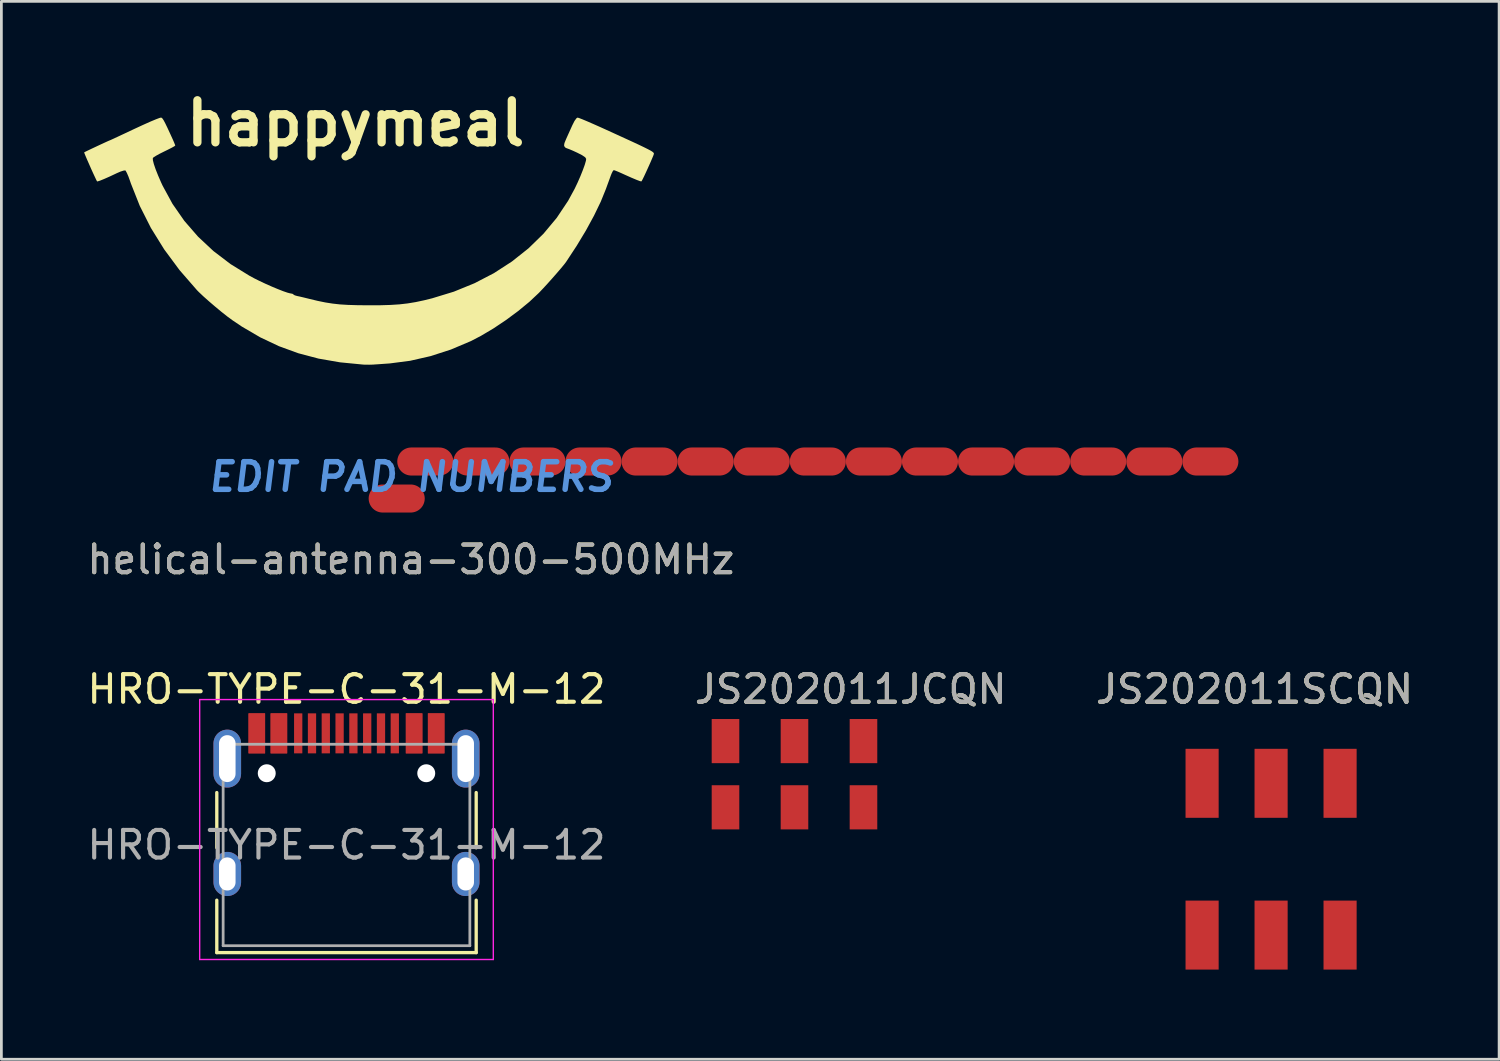
<source format=kicad_pcb>
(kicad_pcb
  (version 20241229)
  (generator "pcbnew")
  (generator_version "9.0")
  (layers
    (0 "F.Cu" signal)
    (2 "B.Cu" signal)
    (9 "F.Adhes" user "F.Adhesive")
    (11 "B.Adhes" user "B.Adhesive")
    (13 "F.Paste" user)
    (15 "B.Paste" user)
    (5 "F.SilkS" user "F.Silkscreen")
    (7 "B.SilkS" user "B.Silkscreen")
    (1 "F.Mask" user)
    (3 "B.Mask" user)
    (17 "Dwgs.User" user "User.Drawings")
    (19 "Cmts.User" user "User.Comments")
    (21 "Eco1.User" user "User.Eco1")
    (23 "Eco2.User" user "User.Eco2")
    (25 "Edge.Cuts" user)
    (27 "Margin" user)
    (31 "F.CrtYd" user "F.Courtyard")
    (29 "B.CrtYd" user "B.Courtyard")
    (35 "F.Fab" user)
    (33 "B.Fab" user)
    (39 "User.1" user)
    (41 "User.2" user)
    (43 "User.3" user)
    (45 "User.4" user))
  (footprint "JS202011JCQN"
    (layer "F.Cu")
    (at 25.24 27.005)
    (property "Reference" "JS202011JCQN" (at 2.54 -5.08 0) (layer "F.SilkS") (effects (font (size 1 1) (thickness 0.15))))
    (attr smd)
    (fp_text user "${REFERENCE}" (at 2.54 -5.08 0) (layer "F.Fab") (effects (font (size 1 1) (thickness 0.15))))
    (pad "1" smd rect (at -2 -0.8) (size 1 1.6) (layers "F.Cu" "F.Mask" "F.Paste"))
    (pad "2" smd rect (at 0.5 -0.8) (size 1 1.6) (layers "F.Cu" "F.Mask" "F.Paste"))
    (pad "3" smd rect (at 3 -0.8) (size 1 1.6) (layers "F.Cu" "F.Mask" "F.Paste"))
    (pad "4" smd rect (at -2 -3.2) (size 1 1.6) (layers "F.Cu" "F.Mask" "F.Paste"))
    (pad "5" smd rect (at 0.5 -3.2) (size 1 1.6) (layers "F.Cu" "F.Mask" "F.Paste"))
    (pad "6" smd rect (at 3 -3.2) (size 1 1.6) (layers "F.Cu" "F.Mask" "F.Paste")))
  (footprint "JS202011SCQN"
    (layer "F.Cu")
    (at 42.411 32.085)
    (property "Reference" "JS202011SCQN" (at 0 -10.16 0) (layer "F.SilkS") (effects (font (size 1 1) (thickness 0.15))))
    (attr smd)
    (fp_text user "${REFERENCE}" (at 0 -10.16 0) (layer "F.Fab") (effects (font (size 1 1) (thickness 0.15))))
    (pad "1" smd rect (at -1.9 -1.25) (size 1.2 2.5) (layers "F.Cu" "F.Mask" "F.Paste"))
    (pad "2" smd rect (at 0.6 -1.25) (size 1.2 2.5) (layers "F.Cu" "F.Mask" "F.Paste"))
    (pad "3" smd rect (at 3.1 -1.25) (size 1.2 2.5) (layers "F.Cu" "F.Mask" "F.Paste"))
    (pad "4" smd rect (at -1.9 -6.75) (size 1.2 2.5) (layers "F.Cu" "F.Mask" "F.Paste"))
    (pad "5" smd rect (at 0.6 -6.75) (size 1.2 2.5) (layers "F.Cu" "F.Mask" "F.Paste"))
    (pad "6" smd rect (at 3.1 -6.75) (size 1.2 2.5) (layers "F.Cu" "F.Mask" "F.Paste")))
  (footprint "helical-antenna-300-500MHz"
    (layer "F.Cu")
    (at 11.839 16.228)
    (property "Reference" "helical-antenna-300-500MHz" (at 0 1 0) (layer "F.SilkS") (effects (font (size 1 1) (thickness 0.15))))
    (attr smd)
    (fp_text user "EDIT PAD NUMBERS" (at 0 -2 0) (layer "Cmts.User") (effects (font (size 1 1) (thickness 0.2) (italic yes))))
    (fp_text user "${REFERENCE}" (at 0 1 0) (layer "F.Fab") (effects (font (size 1 1) (thickness 0.15))))
    (pad "#" smd oval (at -0.514 -1.213) (size 2.032 1.016) (layers "F.Cu" "F.Mask" "F.Paste"))
    (pad "#" smd oval (at 0.523 -2.554) (size 2.032 1.016) (layers "F.Cu" "F.Mask" "F.Paste"))
    (pad "#" smd oval (at 2.555 -2.554) (size 2.032 1.016) (layers "F.Cu" "F.Mask" "F.Paste"))
    (pad "#" smd oval (at 4.587 -2.554) (size 2.032 1.016) (layers "F.Cu" "F.Mask" "F.Paste"))
    (pad "#" smd oval (at 6.619 -2.554) (size 2.032 1.016) (layers "F.Cu" "F.Mask" "F.Paste"))
    (pad "#" smd oval (at 8.651 -2.554) (size 2.032 1.016) (layers "F.Cu" "F.Mask" "F.Paste"))
    (pad "#" smd oval (at 10.683 -2.554) (size 2.032 1.016) (layers "F.Cu" "F.Mask" "F.Paste"))
    (pad "#" smd oval (at 12.715 -2.554) (size 2.032 1.016) (layers "F.Cu" "F.Mask" "F.Paste"))
    (pad "#" smd oval (at 14.747 -2.554) (size 2.032 1.016) (layers "F.Cu" "F.Mask" "F.Paste"))
    (pad "#" smd oval (at 16.779 -2.554) (size 2.032 1.016) (layers "F.Cu" "F.Mask" "F.Paste"))
    (pad "#" smd oval (at 18.811 -2.554) (size 2.032 1.016) (layers "F.Cu" "F.Mask" "F.Paste"))
    (pad "#" smd oval (at 20.843 -2.554) (size 2.032 1.016) (layers "F.Cu" "F.Mask" "F.Paste"))
    (pad "#" smd oval (at 22.875 -2.554) (size 2.032 1.016) (layers "F.Cu" "F.Mask" "F.Paste"))
    (pad "#" smd oval (at 24.907 -2.554) (size 2.032 1.016) (layers "F.Cu" "F.Mask" "F.Paste"))
    (pad "#" smd oval (at 26.939 -2.554) (size 2.032 1.016) (layers "F.Cu" "F.Mask" "F.Paste"))
    (pad "#" smd oval (at 28.971 -2.554) (size 2.032 1.016) (layers "F.Cu" "F.Mask" "F.Paste")))
  (footprint "happymeal"
    (layer "F.Cu")
    (at 9.836 1.418)
    (property "Reference" "happymeal" (at 0 0 0) (layer "F.SilkS") (effects (font (size 1.524 1.524) (thickness 0.3))))
    (attr board_only exclude_from_pos_files exclude_from_bom)
    (fp_poly (pts (xy 8.1 -0.19) (xy 8.219 -0.144) (xy 8.389 -0.073) (xy 8.6 0.019) (xy 8.839 0.125) (xy 8.968 0.183) (xy 9.389 0.375) (xy 9.741 0.536) (xy 10.031 0.669) (xy 10.263 0.777) (xy 10.444 0.864) (xy 10.581 0.932) (xy 10.68 0.984) (xy 10.745 1.023) (xy 10.785 1.054) (xy 10.804 1.078) (xy 10.81 1.098) (xy 10.81 1.107) (xy 10.791 1.164) (xy 10.744 1.277) (xy 10.679 1.428) (xy 10.603 1.598) (xy 10.525 1.769) (xy 10.454 1.922) (xy 10.396 2.039) (xy 10.361 2.102) (xy 10.359 2.105) (xy 10.312 2.098) (xy 10.191 2.053) (xy 9.998 1.972) (xy 9.731 1.853) (xy 9.648 1.815) (xy 9.513 1.755) (xy 9.408 1.713) (xy 9.354 1.696) (xy 9.354 1.696) (xy 9.321 1.732) (xy 9.276 1.822) (xy 9.248 1.893) (xy 9.196 2.036) (xy 9.13 2.216) (xy 9.071 2.379) (xy 8.884 2.84) (xy 8.64 3.345) (xy 8.347 3.883) (xy 8.009 4.443) (xy 7.633 5.015) (xy 7.628 5.023) (xy 7.558 5.115) (xy 7.444 5.253) (xy 7.299 5.422) (xy 7.136 5.608) (xy 6.968 5.796) (xy 6.807 5.971) (xy 6.667 6.119) (xy 6.64 6.147) (xy 6.295 6.471) (xy 5.891 6.803) (xy 5.451 7.129) (xy 4.995 7.434) (xy 4.543 7.702) (xy 4.176 7.893) (xy 3.455 8.198) (xy 2.716 8.437) (xy 1.974 8.606) (xy 1.243 8.701) (xy 1.179 8.706) (xy 0.989 8.719) (xy 0.809 8.732) (xy 0.671 8.741) (xy 0.641 8.744) (xy 0.494 8.748) (xy 0.324 8.746) (xy 0.269 8.743) (xy -0.563 8.662) (xy -1.341 8.527) (xy -2.075 8.333) (xy -2.775 8.078) (xy -3.454 7.757) (xy -4.121 7.367) (xy -4.47 7.132) (xy -4.647 7.002) (xy -4.857 6.836) (xy -5.084 6.648) (xy -5.309 6.455) (xy -5.514 6.273) (xy -5.68 6.116) (xy -5.748 6.047) (xy -6.379 5.321) (xy -6.936 4.569) (xy -7.417 3.793) (xy -7.82 2.995) (xy -8.144 2.178) (xy -8.172 2.095) (xy -8.231 1.932) (xy -8.287 1.802) (xy -8.331 1.722) (xy -8.347 1.707) (xy -8.408 1.714) (xy -8.52 1.75) (xy -8.657 1.809) (xy -8.662 1.812) (xy -8.905 1.926) (xy -9.106 2.015) (xy -9.256 2.076) (xy -9.346 2.105) (xy -9.368 2.105) (xy -9.393 2.061) (xy -9.441 1.959) (xy -9.507 1.818) (xy -9.582 1.653) (xy -9.658 1.48) (xy -9.73 1.317) (xy -9.788 1.181) (xy -9.826 1.087) (xy -9.836 1.053) (xy -9.796 1.032) (xy -9.7 0.985) (xy -9.564 0.92) (xy -9.406 0.846) (xy -9.246 0.771) (xy -9.099 0.703) (xy -8.985 0.651) (xy -8.921 0.623) (xy -8.913 0.621) (xy -8.874 0.604) (xy -8.773 0.558) (xy -8.627 0.49) (xy -8.448 0.406) (xy -8.411 0.389) (xy -8.025 0.207) (xy -7.698 0.056) (xy -7.434 -0.062) (xy -7.235 -0.145) (xy -7.105 -0.194) (xy -7.052 -0.207) (xy -7.025 -0.198) (xy -6.993 -0.166) (xy -6.952 -0.102) (xy -6.896 0.004) (xy -6.82 0.161) (xy -6.72 0.377) (xy -6.624 0.587) (xy -6.574 0.702) (xy -6.542 0.784) (xy -6.536 0.807) (xy -6.571 0.834) (xy -6.666 0.887) (xy -6.805 0.958) (xy -6.932 1.02) (xy -7.097 1.102) (xy -7.233 1.177) (xy -7.322 1.234) (xy -7.348 1.26) (xy -7.346 1.338) (xy -7.311 1.477) (xy -7.247 1.665) (xy -7.158 1.89) (xy -7.049 2.141) (xy -6.991 2.265) (xy -6.634 2.921) (xy -6.206 3.536) (xy -5.711 4.106) (xy -5.152 4.629) (xy -4.531 5.102) (xy -3.85 5.522) (xy -3.681 5.614) (xy -3.483 5.713) (xy -3.263 5.816) (xy -3.036 5.917) (xy -2.818 6.008) (xy -2.624 6.084) (xy -2.47 6.137) (xy -2.371 6.163) (xy -2.356 6.164) (xy -2.28 6.181) (xy -2.258 6.2) (xy -2.204 6.234) (xy -2.121 6.258) (xy -2.026 6.278) (xy -1.881 6.312) (xy -1.711 6.354) (xy -1.675 6.363) (xy -1.37 6.436) (xy -1.097 6.492) (xy -0.835 6.533) (xy -0.567 6.563) (xy -0.273 6.581) (xy 0.065 6.591) (xy 0.467 6.595) (xy 0.476 6.595) (xy 0.904 6.593) (xy 1.269 6.582) (xy 1.59 6.561) (xy 1.886 6.527) (xy 2.177 6.479) (xy 2.482 6.414) (xy 2.772 6.342) (xy 3.561 6.101) (xy 4.31 5.795) (xy 5.013 5.43) (xy 5.666 5.007) (xy 6.265 4.531) (xy 6.807 4.003) (xy 7.287 3.428) (xy 7.701 2.808) (xy 7.938 2.373) (xy 8.046 2.146) (xy 8.147 1.915) (xy 8.234 1.697) (xy 8.303 1.507) (xy 8.345 1.362) (xy 8.356 1.29) (xy 8.319 1.231) (xy 8.205 1.154) (xy 8.03 1.065) (xy 7.878 0.995) (xy 7.753 0.942) (xy 7.676 0.913) (xy 7.662 0.91) (xy 7.604 0.882) (xy 7.574 0.852) (xy 7.554 0.799) (xy 7.569 0.715) (xy 7.624 0.58) (xy 7.627 0.573) (xy 7.698 0.415) (xy 7.783 0.227) (xy 7.853 0.072) (xy 7.933 -0.086) (xy 8.002 -0.181) (xy 8.044 -0.207)) (stroke (width 0) (type solid)) (fill yes) (layer "F.SilkS")))
  (footprint "HRO-TYPE-C-31-M-12"
    (layer "F.Cu")
    (at 9.506 27.57)
    (property "Reference" "HRO-TYPE-C-31-M-12" (at 0 -5.645 0) (layer "F.SilkS") (effects (font (size 1 1) (thickness 0.15))))
    (attr smd)
    (fp_line (start -4.7 -1.9) (end -4.7 0.1) (stroke (width 0.12) (type solid)) (layer "F.SilkS"))
    (fp_line (start -4.7 2) (end -4.7 3.9) (stroke (width 0.12) (type solid)) (layer "F.SilkS"))
    (fp_line (start -4.7 3.9) (end 4.7 3.9) (stroke (width 0.12) (type solid)) (layer "F.SilkS"))
    (fp_line (start 4.7 -1.9) (end 4.7 0.1) (stroke (width 0.12) (type solid)) (layer "F.SilkS"))
    (fp_line (start 4.7 2) (end 4.7 3.9) (stroke (width 0.12) (type solid)) (layer "F.SilkS"))
    (fp_line (start -5.32 -5.27) (end -5.32 4.15) (stroke (width 0.05) (type solid)) (layer "F.CrtYd"))
    (fp_line (start -5.32 -5.27) (end 5.32 -5.27) (stroke (width 0.05) (type solid)) (layer "F.CrtYd"))
    (fp_line (start -5.32 4.15) (end 5.32 4.15) (stroke (width 0.05) (type solid)) (layer "F.CrtYd"))
    (fp_line (start 5.32 -5.27) (end 5.32 4.15) (stroke (width 0.05) (type solid)) (layer "F.CrtYd"))
    (fp_line (start -4.47 -3.65) (end -4.47 3.65) (stroke (width 0.1) (type solid)) (layer "F.Fab"))
    (fp_line (start -4.47 -3.65) (end 4.47 -3.65) (stroke (width 0.1) (type solid)) (layer "F.Fab"))
    (fp_line (start -4.47 3.65) (end 4.47 3.65) (stroke (width 0.1) (type solid)) (layer "F.Fab"))
    (fp_line (start 4.47 -3.65) (end 4.47 3.65) (stroke (width 0.1) (type solid)) (layer "F.Fab"))
    (fp_text user "${REFERENCE}" (at 0 0 0) (layer "F.Fab") (effects (font (size 1 1) (thickness 0.15))))
    (pad "" np_thru_hole circle (at -2.89 -2.6) (size 0.65 0.65) (drill 0.65) (layers "*.Cu" "*.Mask"))
    (pad "" np_thru_hole circle (at 2.89 -2.6) (size 0.65 0.65) (drill 0.65) (layers "*.Cu" "*.Mask"))
    (pad "A1" smd rect (at -3.25 -4.045) (size 0.6 1.45) (layers "F.Cu" "F.Mask" "F.Paste"))
    (pad "A4" smd rect (at -2.45 -4.045) (size 0.6 1.45) (layers "F.Cu" "F.Mask" "F.Paste"))
    (pad "A5" smd rect (at -1.25 -4.045) (size 0.3 1.45) (layers "F.Cu" "F.Mask" "F.Paste"))
    (pad "A6" smd rect (at -0.25 -4.045) (size 0.3 1.45) (layers "F.Cu" "F.Mask" "F.Paste"))
    (pad "A7" smd rect (at 0.25 -4.045) (size 0.3 1.45) (layers "F.Cu" "F.Mask" "F.Paste"))
    (pad "A8" smd rect (at 1.25 -4.045) (size 0.3 1.45) (layers "F.Cu" "F.Mask" "F.Paste"))
    (pad "A9" smd rect (at 2.45 -4.045) (size 0.6 1.45) (layers "F.Cu" "F.Mask" "F.Paste"))
    (pad "A12" smd rect (at 3.25 -4.045) (size 0.6 1.45) (layers "F.Cu" "F.Mask" "F.Paste"))
    (pad "B1" smd rect (at 3.25 -4.045) (size 0.6 1.45) (layers "F.Cu" "F.Mask" "F.Paste"))
    (pad "B4" smd rect (at 2.45 -4.045) (size 0.6 1.45) (layers "F.Cu" "F.Mask" "F.Paste"))
    (pad "B5" smd rect (at 1.75 -4.045) (size 0.3 1.45) (layers "F.Cu" "F.Mask" "F.Paste"))
    (pad "B6" smd rect (at 0.75 -4.045) (size 0.3 1.45) (layers "F.Cu" "F.Mask" "F.Paste"))
    (pad "B7" smd rect (at -0.75 -4.045) (size 0.3 1.45) (layers "F.Cu" "F.Mask" "F.Paste"))
    (pad "B8" smd rect (at -1.75 -4.045) (size 0.3 1.45) (layers "F.Cu" "F.Mask" "F.Paste"))
    (pad "B9" smd rect (at -2.45 -4.045) (size 0.6 1.45) (layers "F.Cu" "F.Mask" "F.Paste"))
    (pad "B12" smd rect (at -3.25 -4.045) (size 0.6 1.45) (layers "F.Cu" "F.Mask" "F.Paste"))
    (pad "S1" thru_hole oval (at -4.32 -3.13) (size 1 2.1) (drill oval 0.6 1.7) (layers "*.Cu" "*.Mask"))
    (pad "S1" thru_hole oval (at -4.32 1.05) (size 1 1.6) (drill oval 0.6 1.2) (layers "*.Cu" "*.Mask"))
    (pad "S1" thru_hole oval (at 4.32 -3.13) (size 1 2.1) (drill oval 0.6 1.7) (layers "*.Cu" "*.Mask"))
    (pad "S1" thru_hole oval (at 4.32 1.05) (size 1 1.6) (drill oval 0.6 1.2) (layers "*.Cu" "*.Mask")))
  (gr_rect
    (start -3 -3)
    (end 51.274 35.335)
    (stroke (width 0.1) (type default))
    (fill no)
    (layer "Edge.Cuts")))
</source>
